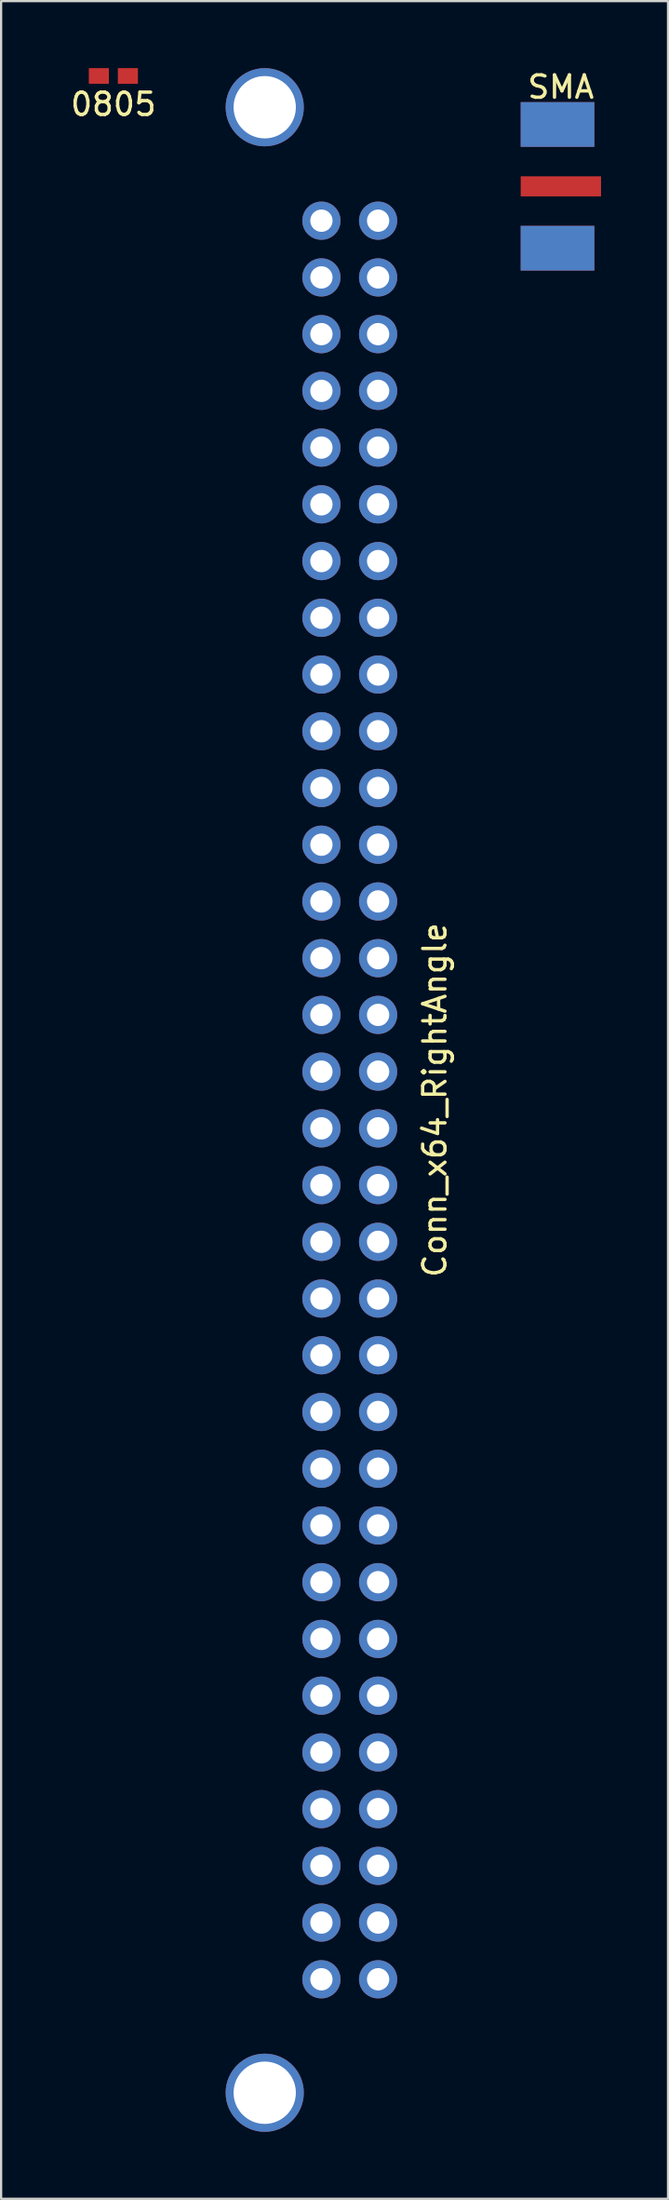
<source format=kicad_pcb>
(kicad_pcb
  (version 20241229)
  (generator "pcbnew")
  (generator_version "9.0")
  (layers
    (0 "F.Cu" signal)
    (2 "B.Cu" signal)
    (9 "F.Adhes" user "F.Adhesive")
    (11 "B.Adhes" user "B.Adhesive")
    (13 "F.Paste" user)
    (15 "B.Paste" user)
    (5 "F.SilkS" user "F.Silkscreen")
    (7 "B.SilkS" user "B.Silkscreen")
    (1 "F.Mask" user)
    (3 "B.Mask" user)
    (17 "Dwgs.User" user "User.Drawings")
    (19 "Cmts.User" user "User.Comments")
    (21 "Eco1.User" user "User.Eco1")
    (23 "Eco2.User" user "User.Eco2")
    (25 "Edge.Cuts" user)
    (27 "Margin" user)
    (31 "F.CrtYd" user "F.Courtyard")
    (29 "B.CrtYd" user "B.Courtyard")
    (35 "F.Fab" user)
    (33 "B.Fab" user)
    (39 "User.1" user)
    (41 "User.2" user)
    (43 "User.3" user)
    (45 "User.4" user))
  (footprint "Conn_x64_RightAngle"
    (layer "F.Cu")
    (at 12.62 46.201)
    (property "Reference" "Conn_x64_RightAngle" (at 3.81 0 90) (layer "F.SilkS") (effects (font (size 1 1) (thickness 0.15))))
    (attr through_hole)
    (pad "" np_thru_hole circle (at -3.81 -44.45) (size 3.501 3.501) (drill 2.79) (layers "*.Cu" "*.Mask"))
    (pad "" np_thru_hole circle (at -3.81 44.45) (size 3.501 3.501) (drill 2.79) (layers "*.Cu" "*.Mask"))
    (pad "1" thru_hole circle (at -1.27 39.37) (size 1.711 1.711) (drill 1) (layers "*.Cu" "*.Mask"))
    (pad "2" thru_hole circle (at -1.27 36.83) (size 1.711 1.711) (drill 1) (layers "*.Cu" "*.Mask"))
    (pad "3" thru_hole circle (at -1.27 34.29) (size 1.711 1.711) (drill 1) (layers "*.Cu" "*.Mask"))
    (pad "4" thru_hole circle (at -1.27 31.75) (size 1.711 1.711) (drill 1) (layers "*.Cu" "*.Mask"))
    (pad "5" thru_hole circle (at -1.27 29.21) (size 1.711 1.711) (drill 1) (layers "*.Cu" "*.Mask"))
    (pad "6" thru_hole circle (at -1.27 26.67) (size 1.711 1.711) (drill 1) (layers "*.Cu" "*.Mask"))
    (pad "7" thru_hole circle (at -1.27 24.13) (size 1.711 1.711) (drill 1) (layers "*.Cu" "*.Mask"))
    (pad "8" thru_hole circle (at -1.27 21.59) (size 1.711 1.711) (drill 1) (layers "*.Cu" "*.Mask"))
    (pad "9" thru_hole circle (at -1.27 19.05) (size 1.711 1.711) (drill 1) (layers "*.Cu" "*.Mask"))
    (pad "10" thru_hole circle (at -1.27 16.51) (size 1.711 1.711) (drill 1) (layers "*.Cu" "*.Mask"))
    (pad "11" thru_hole circle (at -1.27 13.97) (size 1.711 1.711) (drill 1) (layers "*.Cu" "*.Mask"))
    (pad "12" thru_hole circle (at -1.27 11.43) (size 1.711 1.711) (drill 1) (layers "*.Cu" "*.Mask"))
    (pad "13" thru_hole circle (at -1.27 8.89) (size 1.711 1.711) (drill 1) (layers "*.Cu" "*.Mask"))
    (pad "14" thru_hole circle (at -1.27 6.35) (size 1.711 1.711) (drill 1) (layers "*.Cu" "*.Mask"))
    (pad "15" thru_hole circle (at -1.27 3.81) (size 1.711 1.711) (drill 1) (layers "*.Cu" "*.Mask"))
    (pad "16" thru_hole circle (at -1.27 1.27) (size 1.711 1.711) (drill 1) (layers "*.Cu" "*.Mask"))
    (pad "17" thru_hole circle (at -1.27 -1.27) (size 1.711 1.711) (drill 1) (layers "*.Cu" "*.Mask"))
    (pad "18" thru_hole circle (at -1.27 -3.81) (size 1.711 1.711) (drill 1) (layers "*.Cu" "*.Mask"))
    (pad "19" thru_hole circle (at -1.27 -6.35) (size 1.711 1.711) (drill 1) (layers "*.Cu" "*.Mask"))
    (pad "20" thru_hole circle (at -1.27 -8.89) (size 1.711 1.711) (drill 1) (layers "*.Cu" "*.Mask"))
    (pad "21" thru_hole circle (at -1.27 -11.43) (size 1.711 1.711) (drill 1) (layers "*.Cu" "*.Mask"))
    (pad "22" thru_hole circle (at -1.27 -13.97) (size 1.711 1.711) (drill 1) (layers "*.Cu" "*.Mask"))
    (pad "23" thru_hole circle (at -1.27 -16.51) (size 1.711 1.711) (drill 1) (layers "*.Cu" "*.Mask"))
    (pad "24" thru_hole circle (at -1.27 -19.05) (size 1.711 1.711) (drill 1) (layers "*.Cu" "*.Mask"))
    (pad "25" thru_hole circle (at -1.27 -21.59) (size 1.711 1.711) (drill 1) (layers "*.Cu" "*.Mask"))
    (pad "26" thru_hole circle (at -1.27 -24.13) (size 1.711 1.711) (drill 1) (layers "*.Cu" "*.Mask"))
    (pad "27" thru_hole circle (at -1.27 -26.67) (size 1.711 1.711) (drill 1) (layers "*.Cu" "*.Mask"))
    (pad "28" thru_hole circle (at -1.27 -29.21) (size 1.711 1.711) (drill 1) (layers "*.Cu" "*.Mask"))
    (pad "29" thru_hole circle (at -1.27 -31.75) (size 1.711 1.711) (drill 1) (layers "*.Cu" "*.Mask"))
    (pad "30" thru_hole circle (at -1.27 -34.29) (size 1.711 1.711) (drill 1) (layers "*.Cu" "*.Mask"))
    (pad "31" thru_hole circle (at -1.27 -36.83) (size 1.711 1.711) (drill 1) (layers "*.Cu" "*.Mask"))
    (pad "32" thru_hole circle (at -1.27 -39.37) (size 1.711 1.711) (drill 1) (layers "*.Cu" "*.Mask"))
    (pad "33" thru_hole circle (at 1.27 -39.37) (size 1.711 1.711) (drill 1) (layers "*.Cu" "*.Mask"))
    (pad "34" thru_hole circle (at 1.27 -36.83) (size 1.711 1.711) (drill 1) (layers "*.Cu" "*.Mask"))
    (pad "35" thru_hole circle (at 1.27 -34.29) (size 1.711 1.711) (drill 1) (layers "*.Cu" "*.Mask"))
    (pad "36" thru_hole circle (at 1.27 -31.75) (size 1.711 1.711) (drill 1) (layers "*.Cu" "*.Mask"))
    (pad "37" thru_hole circle (at 1.27 -29.21) (size 1.711 1.711) (drill 1) (layers "*.Cu" "*.Mask"))
    (pad "38" thru_hole circle (at 1.27 -26.67) (size 1.711 1.711) (drill 1) (layers "*.Cu" "*.Mask"))
    (pad "39" thru_hole circle (at 1.27 -24.13) (size 1.711 1.711) (drill 1) (layers "*.Cu" "*.Mask"))
    (pad "40" thru_hole circle (at 1.27 -21.59) (size 1.711 1.711) (drill 1) (layers "*.Cu" "*.Mask"))
    (pad "41" thru_hole circle (at 1.27 -19.05) (size 1.711 1.711) (drill 1) (layers "*.Cu" "*.Mask"))
    (pad "42" thru_hole circle (at 1.27 -16.51) (size 1.711 1.711) (drill 1) (layers "*.Cu" "*.Mask"))
    (pad "43" thru_hole circle (at 1.27 -13.97) (size 1.711 1.711) (drill 1) (layers "*.Cu" "*.Mask"))
    (pad "44" thru_hole circle (at 1.27 -11.43) (size 1.711 1.711) (drill 1) (layers "*.Cu" "*.Mask"))
    (pad "45" thru_hole circle (at 1.27 -8.89) (size 1.711 1.711) (drill 1) (layers "*.Cu" "*.Mask"))
    (pad "46" thru_hole circle (at 1.27 -6.35) (size 1.711 1.711) (drill 1) (layers "*.Cu" "*.Mask"))
    (pad "47" thru_hole circle (at 1.27 -3.81) (size 1.711 1.711) (drill 1) (layers "*.Cu" "*.Mask"))
    (pad "48" thru_hole circle (at 1.27 -1.27) (size 1.711 1.711) (drill 1) (layers "*.Cu" "*.Mask"))
    (pad "49" thru_hole circle (at 1.27 1.27) (size 1.711 1.711) (drill 1) (layers "*.Cu" "*.Mask"))
    (pad "50" thru_hole circle (at 1.27 3.81) (size 1.711 1.711) (drill 1) (layers "*.Cu" "*.Mask"))
    (pad "51" thru_hole circle (at 1.27 6.35) (size 1.711 1.711) (drill 1) (layers "*.Cu" "*.Mask"))
    (pad "52" thru_hole circle (at 1.27 8.89) (size 1.711 1.711) (drill 1) (layers "*.Cu" "*.Mask"))
    (pad "53" thru_hole circle (at 1.27 11.43) (size 1.711 1.711) (drill 1) (layers "*.Cu" "*.Mask"))
    (pad "54" thru_hole circle (at 1.27 13.97) (size 1.711 1.711) (drill 1) (layers "*.Cu" "*.Mask"))
    (pad "55" thru_hole circle (at 1.27 16.51) (size 1.711 1.711) (drill 1) (layers "*.Cu" "*.Mask"))
    (pad "56" thru_hole circle (at 1.27 19.05) (size 1.711 1.711) (drill 1) (layers "*.Cu" "*.Mask"))
    (pad "57" thru_hole circle (at 1.27 21.59) (size 1.711 1.711) (drill 1) (layers "*.Cu" "*.Mask"))
    (pad "58" thru_hole circle (at 1.27 24.13) (size 1.711 1.711) (drill 1) (layers "*.Cu" "*.Mask"))
    (pad "59" thru_hole circle (at 1.27 26.67) (size 1.711 1.711) (drill 1) (layers "*.Cu" "*.Mask"))
    (pad "60" thru_hole circle (at 1.27 29.21) (size 1.711 1.711) (drill 1) (layers "*.Cu" "*.Mask"))
    (pad "61" thru_hole circle (at 1.27 31.75) (size 1.711 1.711) (drill 1) (layers "*.Cu" "*.Mask"))
    (pad "62" thru_hole circle (at 1.27 34.29) (size 1.711 1.711) (drill 1) (layers "*.Cu" "*.Mask"))
    (pad "63" thru_hole circle (at 1.27 36.83) (size 1.711 1.711) (drill 1) (layers "*.Cu" "*.Mask"))
    (pad "64" thru_hole circle (at 1.27 39.37) (size 1.711 1.711) (drill 1) (layers "*.Cu" "*.Mask")))
  (footprint "SMA"
    (layer "F.Cu")
    (at 22.078 5.293)
    (property "Reference" "SMA" (at 0 -4.445 0) (layer "F.SilkS") (effects (font (size 1 1) (thickness 0.15))))
    (attr through_hole)
    (pad "1" smd rect (at -0.15 -2.77) (size 3.3 2) (layers "F.Cu" "F.Mask" "F.Paste"))
    (pad "2" smd rect (at 0 0) (size 3.6 0.9) (layers "F.Cu" "F.Mask" "F.Paste"))
    (pad "3" smd rect (at -0.15 2.77) (size 3.3 2) (layers "F.Cu" "F.Mask" "F.Paste"))
    (pad "4" smd rect (at -0.15 2.77) (size 3.3 2) (layers "F.Mask" "B.Cu" "F.Paste"))
    (pad "5" smd rect (at -0.15 -2.77) (size 3.3 2) (layers "F.Mask" "B.Cu" "F.Paste")))
  (footprint "0805"
    (layer "F.Cu")
    (at 2.03 0.35)
    (property "Reference" "0805" (at 0 1.27 0) (layer "F.SilkS") (effects (font (size 1 1) (thickness 0.15))))
    (attr through_hole)
    (pad "1" smd rect (at 0.65 0) (size 0.9 0.7) (layers "F.Cu" "F.Mask" "F.Paste"))
    (pad "2" smd rect (at -0.65 0) (size 0.9 0.7) (layers "F.Cu" "F.Mask" "F.Paste")))
  (gr_rect
    (start -3 -3)
    (end 26.878 95.401)
    (stroke (width 0.1) (type default))
    (fill no)
    (layer "Edge.Cuts")))
</source>
